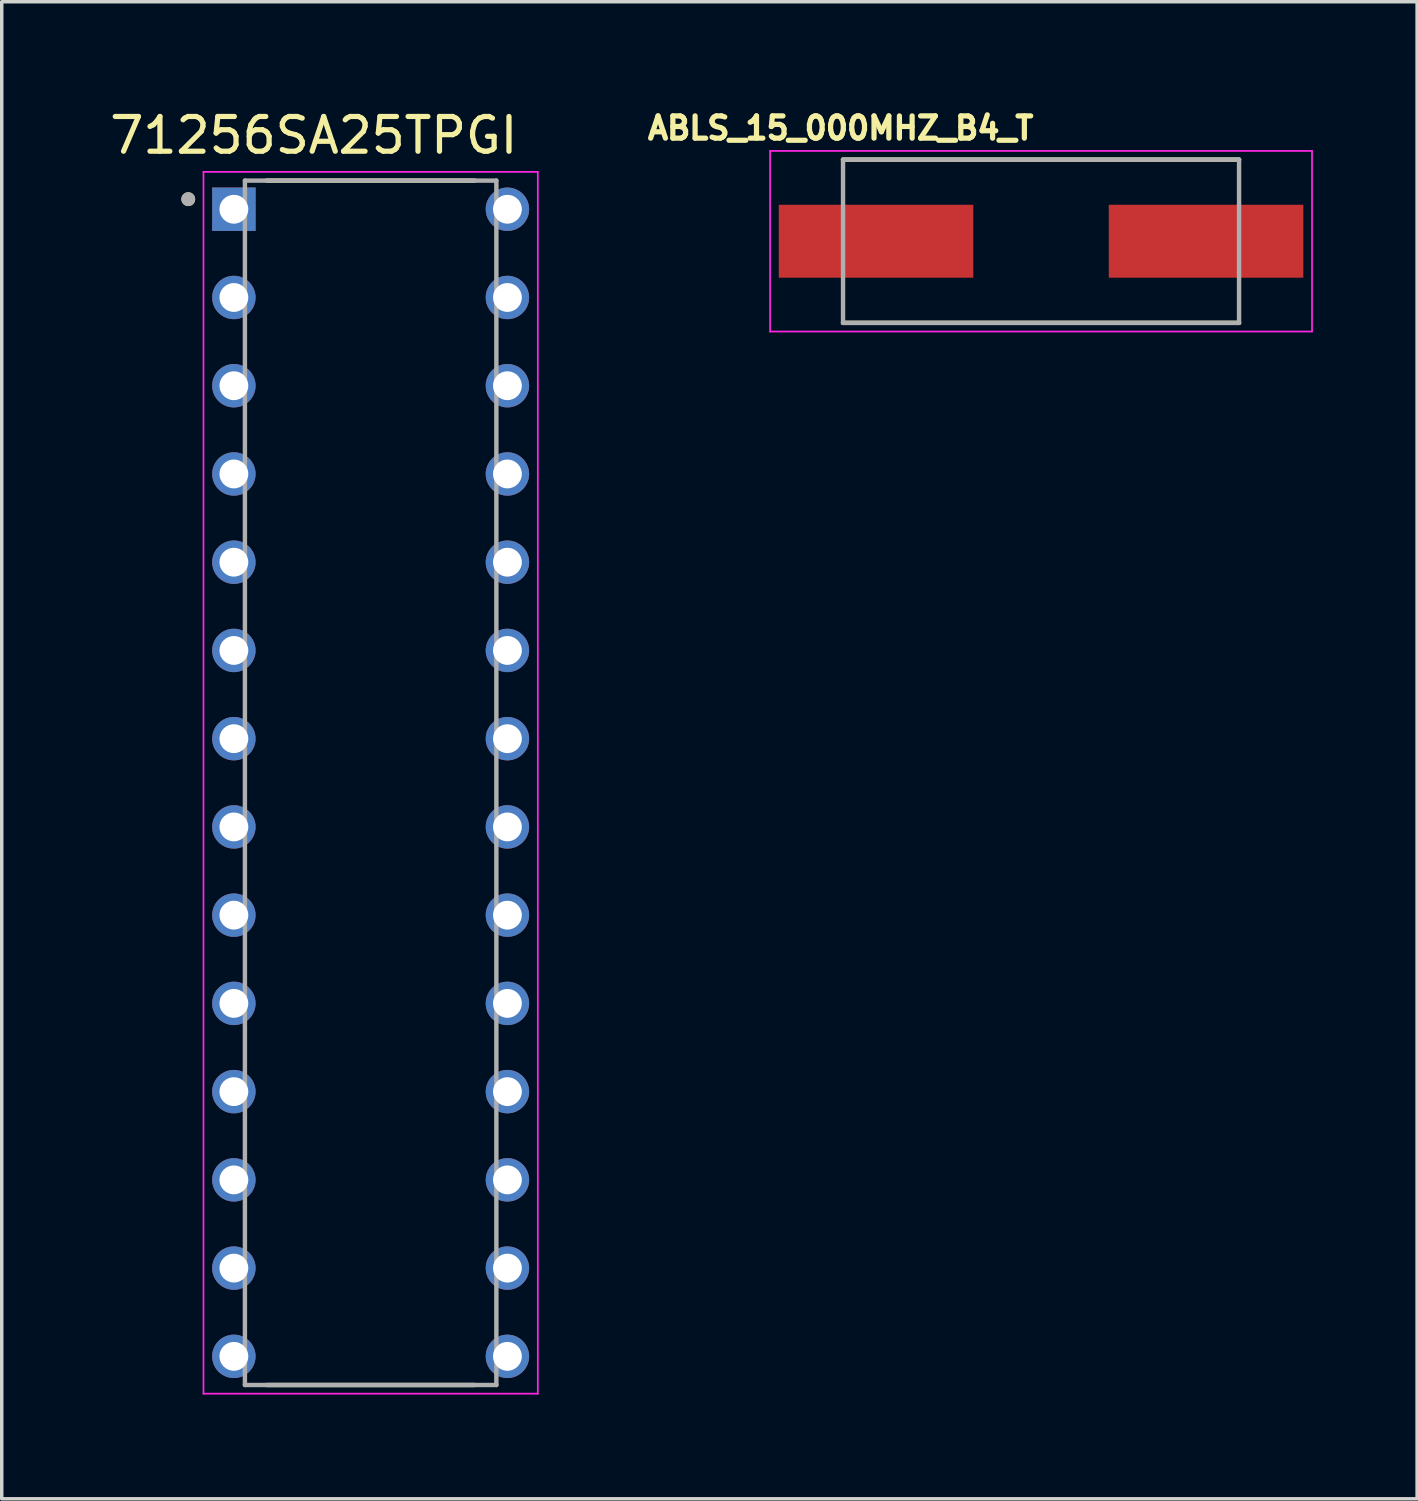
<source format=kicad_pcb>
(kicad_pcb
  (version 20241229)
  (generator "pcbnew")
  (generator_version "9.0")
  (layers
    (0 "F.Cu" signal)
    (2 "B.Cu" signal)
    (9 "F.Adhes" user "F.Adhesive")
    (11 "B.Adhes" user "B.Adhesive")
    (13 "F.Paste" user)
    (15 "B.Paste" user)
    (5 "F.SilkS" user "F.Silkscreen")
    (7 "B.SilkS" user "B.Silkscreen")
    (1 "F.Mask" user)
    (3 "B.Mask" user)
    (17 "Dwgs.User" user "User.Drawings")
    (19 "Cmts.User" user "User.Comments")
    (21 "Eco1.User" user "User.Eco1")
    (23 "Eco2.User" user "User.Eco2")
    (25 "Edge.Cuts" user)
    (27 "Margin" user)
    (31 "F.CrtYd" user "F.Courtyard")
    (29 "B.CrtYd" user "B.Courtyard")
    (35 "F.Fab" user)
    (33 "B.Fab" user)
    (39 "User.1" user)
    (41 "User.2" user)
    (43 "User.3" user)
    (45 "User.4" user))
  (footprint "ABLS_15_000MHZ_B4_T"
    (layer "F.Cu")
    (at 26.917 3.894)
    (property "Reference" "ABLS_15_000MHZ_B4_T" (at -5.768 -3.256 0) (layer "F.SilkS") (effects (font (size 0.64 0.64) (thickness 0.15))))
    (attr smd)
    (fp_line (start -5.7 -2.35) (end 5.7 -2.35) (stroke (width 0.127) (type solid)) (layer "F.SilkS"))
    (fp_line (start -5.7 2.35) (end 5.7 2.35) (stroke (width 0.127) (type solid)) (layer "F.SilkS"))
    (fp_line (start -7.8 -2.6) (end -7.8 2.6) (stroke (width 0.05) (type solid)) (layer "F.CrtYd"))
    (fp_line (start -7.8 2.6) (end 7.8 2.6) (stroke (width 0.05) (type solid)) (layer "F.CrtYd"))
    (fp_line (start 7.8 -2.6) (end -7.8 -2.6) (stroke (width 0.05) (type solid)) (layer "F.CrtYd"))
    (fp_line (start 7.8 2.6) (end 7.8 -2.6) (stroke (width 0.05) (type solid)) (layer "F.CrtYd"))
    (fp_line (start -5.7 -2.35) (end -5.7 2.35) (stroke (width 0.127) (type solid)) (layer "F.Fab"))
    (fp_line (start -5.7 -2.35) (end 5.7 -2.35) (stroke (width 0.127) (type solid)) (layer "F.Fab"))
    (fp_line (start -5.7 2.35) (end 5.7 2.35) (stroke (width 0.127) (type solid)) (layer "F.Fab"))
    (fp_line (start 5.7 -2.35) (end 5.7 2.35) (stroke (width 0.127) (type solid)) (layer "F.Fab"))
    (pad "1" smd rect (at -4.75 0) (size 5.6 2.1) (layers "F.Cu" "F.Mask" "F.Paste"))
    (pad "2" smd rect (at 4.75 0) (size 5.6 2.1) (layers "F.Cu" "F.Mask" "F.Paste")))
  (footprint "71256SA25TPGI"
    (layer "F.Cu")
    (at 7.619 19.483)
    (property "Reference" "71256SA25TPGI" (at -1.637 -18.635 0) (layer "F.SilkS") (effects (font (size 1 1) (thickness 0.15))))
    (attr through_hole)
    (fp_line (start -2.992 -17.335) (end 2.992 -17.335) (stroke (width 0.127) (type solid)) (layer "F.SilkS"))
    (fp_line (start -2.992 17.335) (end 2.992 17.335) (stroke (width 0.127) (type solid)) (layer "F.SilkS"))
    (fp_circle (center -5.25 -16.8) (end -5.15 -16.8) (stroke (width 0.2) (type solid)) (fill no) (layer "F.SilkS"))
    (fp_line (start -4.812 -17.585) (end -4.812 17.585) (stroke (width 0.05) (type solid)) (layer "F.CrtYd"))
    (fp_line (start -4.812 17.585) (end 4.812 17.585) (stroke (width 0.05) (type solid)) (layer "F.CrtYd"))
    (fp_line (start 4.812 -17.585) (end -4.812 -17.585) (stroke (width 0.05) (type solid)) (layer "F.CrtYd"))
    (fp_line (start 4.812 17.585) (end 4.812 -17.585) (stroke (width 0.05) (type solid)) (layer "F.CrtYd"))
    (fp_line (start -3.619 -17.335) (end -3.619 17.335) (stroke (width 0.127) (type solid)) (layer "F.Fab"))
    (fp_line (start -3.619 -17.335) (end 3.619 -17.335) (stroke (width 0.127) (type solid)) (layer "F.Fab"))
    (fp_line (start -3.619 17.335) (end 3.619 17.335) (stroke (width 0.127) (type solid)) (layer "F.Fab"))
    (fp_line (start 3.619 -17.335) (end 3.619 17.335) (stroke (width 0.127) (type solid)) (layer "F.Fab"))
    (fp_circle (center -5.25 -16.8) (end -5.15 -16.8) (stroke (width 0.2) (type solid)) (fill no) (layer "F.Fab"))
    (pad "1" thru_hole rect (at -3.937 -16.51) (size 1.25 1.25) (drill 0.83) (layers "*.Cu" "*.Mask"))
    (pad "2" thru_hole circle (at -3.937 -13.97) (size 1.25 1.25) (drill 0.83) (layers "*.Cu" "*.Mask"))
    (pad "3" thru_hole circle (at -3.937 -11.43) (size 1.25 1.25) (drill 0.83) (layers "*.Cu" "*.Mask"))
    (pad "4" thru_hole circle (at -3.937 -8.89) (size 1.25 1.25) (drill 0.83) (layers "*.Cu" "*.Mask"))
    (pad "5" thru_hole circle (at -3.937 -6.35) (size 1.25 1.25) (drill 0.83) (layers "*.Cu" "*.Mask"))
    (pad "6" thru_hole circle (at -3.937 -3.81) (size 1.25 1.25) (drill 0.83) (layers "*.Cu" "*.Mask"))
    (pad "7" thru_hole circle (at -3.937 -1.27) (size 1.25 1.25) (drill 0.83) (layers "*.Cu" "*.Mask"))
    (pad "8" thru_hole circle (at -3.937 1.27) (size 1.25 1.25) (drill 0.83) (layers "*.Cu" "*.Mask"))
    (pad "9" thru_hole circle (at -3.937 3.81) (size 1.25 1.25) (drill 0.83) (layers "*.Cu" "*.Mask"))
    (pad "10" thru_hole circle (at -3.937 6.35) (size 1.25 1.25) (drill 0.83) (layers "*.Cu" "*.Mask"))
    (pad "11" thru_hole circle (at -3.937 8.89) (size 1.25 1.25) (drill 0.83) (layers "*.Cu" "*.Mask"))
    (pad "12" thru_hole circle (at -3.937 11.43) (size 1.25 1.25) (drill 0.83) (layers "*.Cu" "*.Mask"))
    (pad "13" thru_hole circle (at -3.937 13.97) (size 1.25 1.25) (drill 0.83) (layers "*.Cu" "*.Mask"))
    (pad "14" thru_hole circle (at -3.937 16.51) (size 1.25 1.25) (drill 0.83) (layers "*.Cu" "*.Mask"))
    (pad "15" thru_hole circle (at 3.937 16.51) (size 1.25 1.25) (drill 0.83) (layers "*.Cu" "*.Mask"))
    (pad "16" thru_hole circle (at 3.937 13.97) (size 1.25 1.25) (drill 0.83) (layers "*.Cu" "*.Mask"))
    (pad "17" thru_hole circle (at 3.937 11.43) (size 1.25 1.25) (drill 0.83) (layers "*.Cu" "*.Mask"))
    (pad "18" thru_hole circle (at 3.937 8.89) (size 1.25 1.25) (drill 0.83) (layers "*.Cu" "*.Mask"))
    (pad "19" thru_hole circle (at 3.937 6.35) (size 1.25 1.25) (drill 0.83) (layers "*.Cu" "*.Mask"))
    (pad "20" thru_hole circle (at 3.937 3.81) (size 1.25 1.25) (drill 0.83) (layers "*.Cu" "*.Mask"))
    (pad "21" thru_hole circle (at 3.937 1.27) (size 1.25 1.25) (drill 0.83) (layers "*.Cu" "*.Mask"))
    (pad "22" thru_hole circle (at 3.937 -1.27) (size 1.25 1.25) (drill 0.83) (layers "*.Cu" "*.Mask"))
    (pad "23" thru_hole circle (at 3.937 -3.81) (size 1.25 1.25) (drill 0.83) (layers "*.Cu" "*.Mask"))
    (pad "24" thru_hole circle (at 3.937 -6.35) (size 1.25 1.25) (drill 0.83) (layers "*.Cu" "*.Mask"))
    (pad "25" thru_hole circle (at 3.937 -8.89) (size 1.25 1.25) (drill 0.83) (layers "*.Cu" "*.Mask"))
    (pad "26" thru_hole circle (at 3.937 -11.43) (size 1.25 1.25) (drill 0.83) (layers "*.Cu" "*.Mask"))
    (pad "27" thru_hole circle (at 3.937 -13.97) (size 1.25 1.25) (drill 0.83) (layers "*.Cu" "*.Mask"))
    (pad "28" thru_hole circle (at 3.937 -16.51) (size 1.25 1.25) (drill 0.83) (layers "*.Cu" "*.Mask")))
  (gr_rect
    (start -3 -3)
    (end 37.742 40.094)
    (stroke (width 0.1) (type default))
    (fill no)
    (layer "Edge.Cuts")))
</source>
